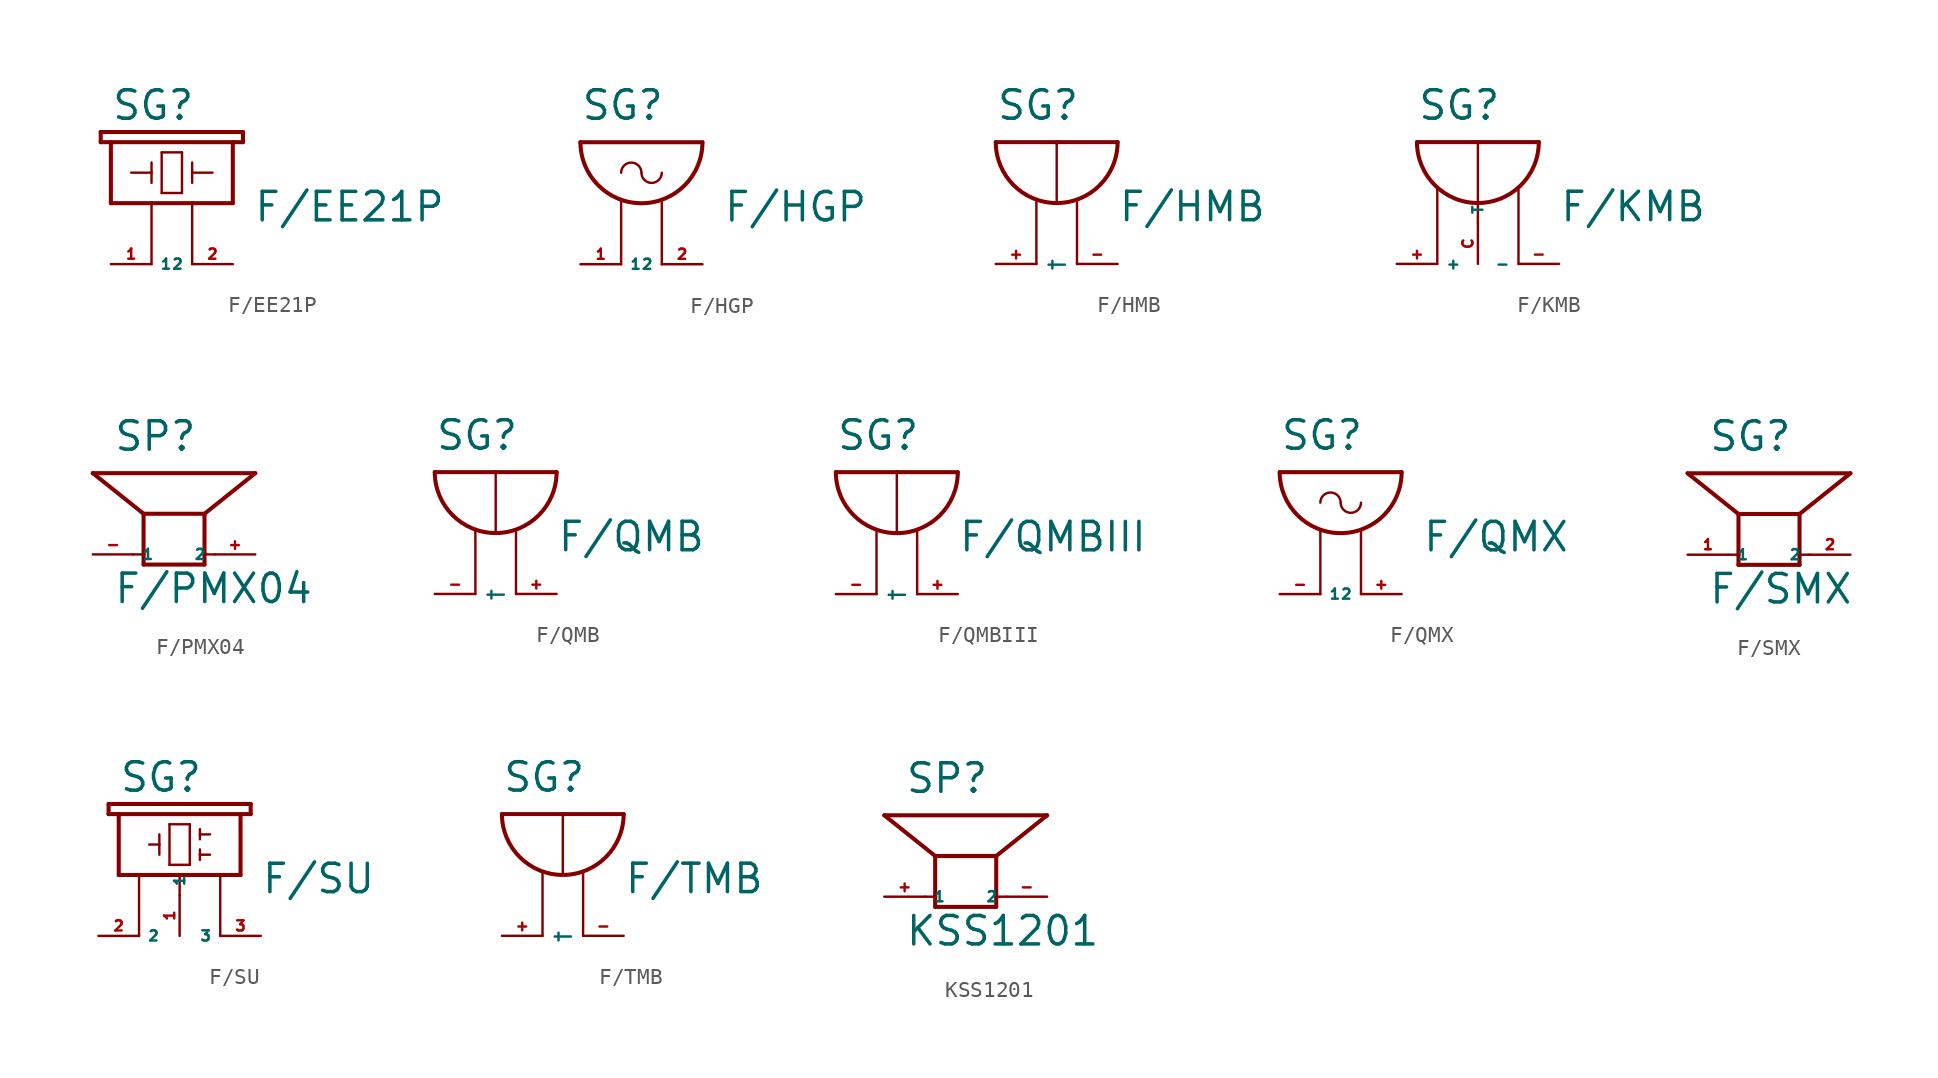
<source format=kicad_sym>
(kicad_symbol_lib
  (version 20220914)
  (generator Eagle2Kicad)
  (symbol "F/EE21P"
    (property "Reference" "SG"
      (at -2.54 6.35 0)
      (effects (font (size 1.778 1.778) (thickness 0.22)) (justify left bottom)))
    (property "Value" "F/EE21P"
      (at 6.35 0 0)
      (effects (font (size 1.778 1.778) (thickness 0.22)) (justify left bottom)))
    (polyline
      (pts (xy -1.27 3.175) (xy 0 3.175))
      (stroke (width 0.152) (type default))
      (fill (type none)))
    (polyline
      (pts (xy 0 3.175) (xy 0 3.81))
      (stroke (width 0.152) (type default))
      (fill (type none)))
    (polyline
      (pts (xy 0 3.175) (xy 0 2.54))
      (stroke (width 0.152) (type default))
      (fill (type none)))
    (polyline
      (pts (xy 0.635 4.445) (xy 0.635 1.905))
      (stroke (width 0.152) (type default))
      (fill (type none)))
    (polyline
      (pts (xy 0.635 1.905) (xy 1.905 1.905))
      (stroke (width 0.152) (type default))
      (fill (type none)))
    (polyline
      (pts (xy 1.905 1.905) (xy 1.905 4.445))
      (stroke (width 0.152) (type default))
      (fill (type none)))
    (polyline
      (pts (xy 1.905 4.445) (xy 0.635 4.445))
      (stroke (width 0.152) (type default))
      (fill (type none)))
    (polyline
      (pts (xy 2.54 3.81) (xy 2.54 3.175))
      (stroke (width 0.152) (type default))
      (fill (type none)))
    (polyline
      (pts (xy 2.54 3.175) (xy 3.81 3.175))
      (stroke (width 0.152) (type default))
      (fill (type none)))
    (polyline
      (pts (xy 2.54 3.175) (xy 2.54 2.54))
      (stroke (width 0.152) (type default))
      (fill (type none)))
    (polyline
      (pts (xy 2.54 -2.54) (xy 2.54 1.27))
      (stroke (width 0.152) (type default))
      (fill (type none)))
    (polyline
      (pts (xy 0 -2.54) (xy 0 1.27))
      (stroke (width 0.152) (type default))
      (fill (type none)))
    (polyline
      (pts (xy -2.54 1.27) (xy 0 1.27))
      (stroke (width 0.254) (type default))
      (fill (type none)))
    (polyline
      (pts (xy 5.08 1.27) (xy 5.08 5.08))
      (stroke (width 0.254) (type default))
      (fill (type none)))
    (polyline
      (pts (xy 5.08 5.08) (xy 5.715 5.08))
      (stroke (width 0.254) (type default))
      (fill (type none)))
    (polyline
      (pts (xy 5.715 5.08) (xy 5.715 5.715))
      (stroke (width 0.254) (type default))
      (fill (type none)))
    (polyline
      (pts (xy 5.715 5.715) (xy -3.175 5.715))
      (stroke (width 0.254) (type default))
      (fill (type none)))
    (polyline
      (pts (xy -3.175 5.715) (xy -3.175 5.08))
      (stroke (width 0.254) (type default))
      (fill (type none)))
    (polyline
      (pts (xy -3.175 5.08) (xy -2.54 5.08))
      (stroke (width 0.254) (type default))
      (fill (type none)))
    (polyline
      (pts (xy -2.54 5.08) (xy -2.54 1.27))
      (stroke (width 0.254) (type default))
      (fill (type none)))
    (polyline
      (pts (xy -2.54 5.08) (xy 5.08 5.08))
      (stroke (width 0.254) (type default))
      (fill (type none)))
    (polyline
      (pts (xy 2.54 1.27) (xy 5.08 1.27))
      (stroke (width 0.254) (type default))
      (fill (type none)))
    (polyline
      (pts (xy 0 1.27) (xy 2.54 1.27))
      (stroke (width 0.254) (type default))
      (fill (type none)))
    (pin passive line
      (at 5.08 -2.54 180)
      (length 2.54)
      (name "2" (effects (font (size 0.635 0.635) (thickness 0.08)) (justify left bottom)))
      (number "2" (effects (font (size 0.635 0.635) (thickness 0.08)) (justify left bottom))))
    (pin passive line
      (at -2.54 -2.54 0)
      (length 2.54)
      (name "1" (effects (font (size 0.635 0.635) (thickness 0.08)) (justify left bottom)))
      (number "1" (effects (font (size 0.635 0.635) (thickness 0.08)) (justify left bottom)))))
  (symbol "F/HGP"
    (property "Reference" "SG"
      (at -2.54 6.35 0)
      (effects (font (size 1.778 1.778) (thickness 0.22)) (justify left bottom)))
    (property "Value" "F/HGP"
      (at 6.35 0 0)
      (effects (font (size 1.778 1.778) (thickness 0.22)) (justify left bottom)))
    (arc
      (start -2.54 5.08)
      (mid 1.270 1.270)
      (end 5.08 5.08)
      (stroke (width 0.254) (type default))
      (fill (type none)))
    (polyline
      (pts (xy -2.54 5.08) (xy 5.08 5.08))
      (stroke (width 0.254) (type default))
      (fill (type none)))
    (arc
      (start 1.27 3.175)
      (mid 0.635 3.810)
      (end 0 3.175)
      (stroke (width 0.1524) (type default))
      (fill (type none)))
    (arc
      (start 1.27 3.175)
      (mid 1.905 2.540)
      (end 2.54 3.175)
      (stroke (width 0.1524) (type default))
      (fill (type none)))
    (polyline
      (pts (xy 2.54 -2.54) (xy 2.54 1.397))
      (stroke (width 0.152) (type default))
      (fill (type none)))
    (polyline
      (pts (xy 0 -2.54) (xy 0 1.397))
      (stroke (width 0.152) (type default))
      (fill (type none)))
    (pin passive line
      (at 5.08 -2.54 180)
      (length 2.54)
      (name "2" (effects (font (size 0.635 0.635) (thickness 0.08)) (justify left bottom)))
      (number "2" (effects (font (size 0.635 0.635) (thickness 0.08)) (justify left bottom))))
    (pin passive line
      (at -2.54 -2.54 0)
      (length 2.54)
      (name "1" (effects (font (size 0.635 0.635) (thickness 0.08)) (justify left bottom)))
      (number "1" (effects (font (size 0.635 0.635) (thickness 0.08)) (justify left bottom)))))
  (symbol "F/HMB"
    (property "Reference" "SG"
      (at -2.54 6.35 0)
      (effects (font (size 1.778 1.778) (thickness 0.22)) (justify left bottom)))
    (property "Value" "F/HMB"
      (at 5.08 0 0)
      (effects (font (size 1.778 1.778) (thickness 0.22)) (justify left bottom)))
    (arc
      (start -2.54 5.08)
      (mid 1.270 1.270)
      (end 5.08 5.08)
      (stroke (width 0.254) (type default))
      (fill (type none)))
    (polyline
      (pts (xy -2.54 5.08) (xy 1.27 5.08))
      (stroke (width 0.254) (type default))
      (fill (type none)))
    (polyline
      (pts (xy 1.27 1.27) (xy 1.27 5.08))
      (stroke (width 0.152) (type default))
      (fill (type none)))
    (polyline
      (pts (xy 1.27 5.08) (xy 5.08 5.08))
      (stroke (width 0.254) (type default))
      (fill (type none)))
    (polyline
      (pts (xy 2.54 -2.54) (xy 2.54 1.397))
      (stroke (width 0.152) (type default))
      (fill (type none)))
    (polyline
      (pts (xy 0 -2.54) (xy 0 1.397))
      (stroke (width 0.152) (type default))
      (fill (type none)))
    (pin passive line
      (at 5.08 -2.54 180)
      (length 2.54)
      (name "-" (effects (font (size 0.635 0.635) (thickness 0.08)) (justify left bottom)))
      (number "-" (effects (font (size 0.635 0.635) (thickness 0.08)) (justify left bottom))))
    (pin passive line
      (at -2.54 -2.54 0)
      (length 2.54)
      (name "+" (effects (font (size 0.635 0.635) (thickness 0.08)) (justify left bottom)))
      (number "+" (effects (font (size 0.635 0.635) (thickness 0.08)) (justify left bottom)))))
  (symbol "F/KMB"
    (property "Reference" "SG"
      (at -3.81 6.35 0)
      (effects (font (size 1.778 1.778) (thickness 0.22)) (justify left bottom)))
    (property "Value" "F/KMB"
      (at 5.08 0 0)
      (effects (font (size 1.778 1.778) (thickness 0.22)) (justify left bottom)))
    (arc
      (start -3.81 5.08)
      (mid 0.000 1.270)
      (end 3.81 5.08)
      (stroke (width 0.254) (type default))
      (fill (type none)))
    (polyline
      (pts (xy -3.81 5.08) (xy 0 5.08))
      (stroke (width 0.254) (type default))
      (fill (type none)))
    (polyline
      (pts (xy 0 5.08) (xy 3.81 5.08))
      (stroke (width 0.254) (type default))
      (fill (type none)))
    (polyline
      (pts (xy 2.54 -2.54) (xy 2.54 2.159))
      (stroke (width 0.152) (type default))
      (fill (type none)))
    (polyline
      (pts (xy 0 0) (xy 0 5.08))
      (stroke (width 0.152) (type default))
      (fill (type none)))
    (polyline
      (pts (xy -2.54 -2.54) (xy -2.54 2.159))
      (stroke (width 0.152) (type default))
      (fill (type none)))
    (pin passive line
      (at 5.08 -2.54 180)
      (length 2.54)
      (name "-" (effects (font (size 0.635 0.635) (thickness 0.08)) (justify left bottom)))
      (number "-" (effects (font (size 0.635 0.635) (thickness 0.08)) (justify left bottom))))
    (pin passive line
      (at -5.08 -2.54 0)
      (length 2.54)
      (name "+" (effects (font (size 0.635 0.635) (thickness 0.08)) (justify left bottom)))
      (number "+" (effects (font (size 0.635 0.635) (thickness 0.08)) (justify left bottom))))
    (pin passive line
      (at 0 -2.54 90)
      (length 2.54)
      (name "T" (effects (font (size 0.635 0.635) (thickness 0.08)) (justify left bottom)))
      (number "C" (effects (font (size 0.635 0.635) (thickness 0.08)) (justify left bottom)))))
  (symbol "F/PMX04"
    (property "Reference" "SP"
      (at -3.81 6.35 0)
      (effects (font (size 1.778 1.778) (thickness 0.22)) (justify left bottom)))
    (property "Value" "F/PMX04"
      (at -3.81 -3.175 0)
      (effects (font (size 1.778 1.778) (thickness 0.22)) (justify left bottom)))
    (polyline
      (pts (xy -1.905 -0.635) (xy 1.905 -0.635))
      (stroke (width 0.254) (type default))
      (fill (type none)))
    (polyline
      (pts (xy 1.905 -0.635) (xy 1.905 0))
      (stroke (width 0.254) (type default))
      (fill (type none)))
    (polyline
      (pts (xy 1.905 2.54) (xy -1.905 2.54))
      (stroke (width 0.254) (type default))
      (fill (type none)))
    (polyline
      (pts (xy -1.905 -0.635) (xy -1.905 0))
      (stroke (width 0.254) (type default))
      (fill (type none)))
    (polyline
      (pts (xy 1.905 2.54) (xy 5.08 5.08))
      (stroke (width 0.254) (type default))
      (fill (type none)))
    (polyline
      (pts (xy 5.08 5.08) (xy -5.08 5.08))
      (stroke (width 0.254) (type default))
      (fill (type none)))
    (polyline
      (pts (xy -1.905 2.54) (xy -5.08 5.08))
      (stroke (width 0.254) (type default))
      (fill (type none)))
    (polyline
      (pts (xy 2.54 0) (xy 1.905 0))
      (stroke (width 0.152) (type default))
      (fill (type none)))
    (polyline
      (pts (xy 1.905 0) (xy 1.905 2.54))
      (stroke (width 0.254) (type default))
      (fill (type none)))
    (polyline
      (pts (xy -2.54 0) (xy -1.905 0))
      (stroke (width 0.152) (type default))
      (fill (type none)))
    (polyline
      (pts (xy -1.905 0) (xy -1.905 2.54))
      (stroke (width 0.254) (type default))
      (fill (type none)))
    (pin passive line
      (at 5.08 0 180)
      (length 2.54)
      (name "2" (effects (font (size 0.635 0.635) (thickness 0.08)) (justify left bottom)))
      (number "+" (effects (font (size 0.635 0.635) (thickness 0.08)) (justify left bottom))))
    (pin passive line
      (at -5.08 0 0)
      (length 2.54)
      (name "1" (effects (font (size 0.635 0.635) (thickness 0.08)) (justify left bottom)))
      (number "-" (effects (font (size 0.635 0.635) (thickness 0.08)) (justify left bottom)))))
  (symbol "F/QMB"
    (property "Reference" "SG"
      (at -2.54 6.35 0)
      (effects (font (size 1.778 1.778) (thickness 0.22)) (justify left bottom)))
    (property "Value" "F/QMB"
      (at 5.08 0 0)
      (effects (font (size 1.778 1.778) (thickness 0.22)) (justify left bottom)))
    (arc
      (start -2.54 5.08)
      (mid 1.270 1.270)
      (end 5.08 5.08)
      (stroke (width 0.254) (type default))
      (fill (type none)))
    (polyline
      (pts (xy -2.54 5.08) (xy 1.27 5.08))
      (stroke (width 0.254) (type default))
      (fill (type none)))
    (polyline
      (pts (xy 1.27 1.27) (xy 1.27 5.08))
      (stroke (width 0.152) (type default))
      (fill (type none)))
    (polyline
      (pts (xy 1.27 5.08) (xy 5.08 5.08))
      (stroke (width 0.254) (type default))
      (fill (type none)))
    (polyline
      (pts (xy 2.54 -2.54) (xy 2.54 1.397))
      (stroke (width 0.152) (type default))
      (fill (type none)))
    (polyline
      (pts (xy 0 -2.54) (xy 0 1.397))
      (stroke (width 0.152) (type default))
      (fill (type none)))
    (pin passive line
      (at 5.08 -2.54 180)
      (length 2.54)
      (name "-" (effects (font (size 0.635 0.635) (thickness 0.08)) (justify left bottom)))
      (number "+" (effects (font (size 0.635 0.635) (thickness 0.08)) (justify left bottom))))
    (pin passive line
      (at -2.54 -2.54 0)
      (length 2.54)
      (name "+" (effects (font (size 0.635 0.635) (thickness 0.08)) (justify left bottom)))
      (number "-" (effects (font (size 0.635 0.635) (thickness 0.08)) (justify left bottom)))))
  (symbol "F/QMBIII"
    (property "Reference" "SG"
      (at -2.54 6.35 0)
      (effects (font (size 1.778 1.778) (thickness 0.22)) (justify left bottom)))
    (property "Value" "F/QMBIII"
      (at 5.08 0 0)
      (effects (font (size 1.778 1.778) (thickness 0.22)) (justify left bottom)))
    (arc
      (start -2.54 5.08)
      (mid 1.270 1.270)
      (end 5.08 5.08)
      (stroke (width 0.254) (type default))
      (fill (type none)))
    (polyline
      (pts (xy -2.54 5.08) (xy 1.27 5.08))
      (stroke (width 0.254) (type default))
      (fill (type none)))
    (polyline
      (pts (xy 1.27 1.27) (xy 1.27 5.08))
      (stroke (width 0.152) (type default))
      (fill (type none)))
    (polyline
      (pts (xy 1.27 5.08) (xy 5.08 5.08))
      (stroke (width 0.254) (type default))
      (fill (type none)))
    (polyline
      (pts (xy 2.54 -2.54) (xy 2.54 1.397))
      (stroke (width 0.152) (type default))
      (fill (type none)))
    (polyline
      (pts (xy 0 -2.54) (xy 0 1.397))
      (stroke (width 0.152) (type default))
      (fill (type none)))
    (pin passive line
      (at 5.08 -2.54 180)
      (length 2.54)
      (name "-" (effects (font (size 0.635 0.635) (thickness 0.08)) (justify left bottom)))
      (number "+" (effects (font (size 0.635 0.635) (thickness 0.08)) (justify left bottom))))
    (pin passive line
      (at -2.54 -2.54 0)
      (length 2.54)
      (name "+" (effects (font (size 0.635 0.635) (thickness 0.08)) (justify left bottom)))
      (number "-" (effects (font (size 0.635 0.635) (thickness 0.08)) (justify left bottom)))))
  (symbol "F/QMX"
    (property "Reference" "SG"
      (at -2.54 6.35 0)
      (effects (font (size 1.778 1.778) (thickness 0.22)) (justify left bottom)))
    (property "Value" "F/QMX"
      (at 6.35 0 0)
      (effects (font (size 1.778 1.778) (thickness 0.22)) (justify left bottom)))
    (arc
      (start -2.54 5.08)
      (mid 1.270 1.270)
      (end 5.08 5.08)
      (stroke (width 0.254) (type default))
      (fill (type none)))
    (polyline
      (pts (xy -2.54 5.08) (xy 5.08 5.08))
      (stroke (width 0.254) (type default))
      (fill (type none)))
    (arc
      (start 1.27 3.175)
      (mid 0.635 3.810)
      (end 0 3.175)
      (stroke (width 0.1524) (type default))
      (fill (type none)))
    (arc
      (start 1.27 3.175)
      (mid 1.905 2.540)
      (end 2.54 3.175)
      (stroke (width 0.1524) (type default))
      (fill (type none)))
    (polyline
      (pts (xy 2.54 -2.54) (xy 2.54 1.397))
      (stroke (width 0.152) (type default))
      (fill (type none)))
    (polyline
      (pts (xy 0 -2.54) (xy 0 1.397))
      (stroke (width 0.152) (type default))
      (fill (type none)))
    (pin passive line
      (at 5.08 -2.54 180)
      (length 2.54)
      (name "2" (effects (font (size 0.635 0.635) (thickness 0.08)) (justify left bottom)))
      (number "+" (effects (font (size 0.635 0.635) (thickness 0.08)) (justify left bottom))))
    (pin passive line
      (at -2.54 -2.54 0)
      (length 2.54)
      (name "1" (effects (font (size 0.635 0.635) (thickness 0.08)) (justify left bottom)))
      (number "-" (effects (font (size 0.635 0.635) (thickness 0.08)) (justify left bottom)))))
  (symbol "F/SMX"
    (property "Reference" "SG"
      (at -3.81 6.35 0)
      (effects (font (size 1.778 1.778) (thickness 0.22)) (justify left bottom)))
    (property "Value" "F/SMX"
      (at -3.81 -3.175 0)
      (effects (font (size 1.778 1.778) (thickness 0.22)) (justify left bottom)))
    (polyline
      (pts (xy -1.905 -0.635) (xy 1.905 -0.635))
      (stroke (width 0.254) (type default))
      (fill (type none)))
    (polyline
      (pts (xy 1.905 -0.635) (xy 1.905 0))
      (stroke (width 0.254) (type default))
      (fill (type none)))
    (polyline
      (pts (xy 1.905 2.54) (xy -1.905 2.54))
      (stroke (width 0.254) (type default))
      (fill (type none)))
    (polyline
      (pts (xy -1.905 -0.635) (xy -1.905 0))
      (stroke (width 0.254) (type default))
      (fill (type none)))
    (polyline
      (pts (xy 1.905 2.54) (xy 5.08 5.08))
      (stroke (width 0.254) (type default))
      (fill (type none)))
    (polyline
      (pts (xy 5.08 5.08) (xy -5.08 5.08))
      (stroke (width 0.254) (type default))
      (fill (type none)))
    (polyline
      (pts (xy -1.905 2.54) (xy -5.08 5.08))
      (stroke (width 0.254) (type default))
      (fill (type none)))
    (polyline
      (pts (xy 2.54 0) (xy 1.905 0))
      (stroke (width 0.152) (type default))
      (fill (type none)))
    (polyline
      (pts (xy 1.905 0) (xy 1.905 2.54))
      (stroke (width 0.254) (type default))
      (fill (type none)))
    (polyline
      (pts (xy -2.54 0) (xy -1.905 0))
      (stroke (width 0.152) (type default))
      (fill (type none)))
    (polyline
      (pts (xy -1.905 0) (xy -1.905 2.54))
      (stroke (width 0.254) (type default))
      (fill (type none)))
    (pin passive line
      (at 5.08 0 180)
      (length 2.54)
      (name "2" (effects (font (size 0.635 0.635) (thickness 0.08)) (justify left bottom)))
      (number "2" (effects (font (size 0.635 0.635) (thickness 0.08)) (justify left bottom))))
    (pin passive line
      (at -5.08 0 0)
      (length 2.54)
      (name "1" (effects (font (size 0.635 0.635) (thickness 0.08)) (justify left bottom)))
      (number "1" (effects (font (size 0.635 0.635) (thickness 0.08)) (justify left bottom)))))
  (symbol "F/SU"
    (property "Reference" "SG"
      (at -3.81 6.35 0)
      (effects (font (size 1.778 1.778) (thickness 0.22)) (justify left bottom)))
    (property "Value" "F/SU"
      (at 5.08 0 0)
      (effects (font (size 1.778 1.778) (thickness 0.22)) (justify left bottom)))
    (polyline
      (pts (xy -1.905 3.175) (xy -1.27 3.175))
      (stroke (width 0.152) (type default))
      (fill (type none)))
    (polyline
      (pts (xy -1.27 3.175) (xy -1.27 2.54))
      (stroke (width 0.152) (type default))
      (fill (type none)))
    (polyline
      (pts (xy -1.27 3.175) (xy -1.27 3.81))
      (stroke (width 0.152) (type default))
      (fill (type none)))
    (polyline
      (pts (xy -0.635 4.445) (xy -0.635 1.905))
      (stroke (width 0.152) (type default))
      (fill (type none)))
    (polyline
      (pts (xy -0.635 1.905) (xy 0.635 1.905))
      (stroke (width 0.152) (type default))
      (fill (type none)))
    (polyline
      (pts (xy 0.635 1.905) (xy 0.635 4.445))
      (stroke (width 0.152) (type default))
      (fill (type none)))
    (polyline
      (pts (xy 0.635 4.445) (xy -0.635 4.445))
      (stroke (width 0.152) (type default))
      (fill (type none)))
    (polyline
      (pts (xy 1.27 2.21) (xy 1.27 2.54))
      (stroke (width 0.152) (type default))
      (fill (type none)))
    (polyline
      (pts (xy 1.27 4.14) (xy 1.27 3.81))
      (stroke (width 0.152) (type default))
      (fill (type none)))
    (polyline
      (pts (xy 1.27 3.81) (xy 1.905 3.81))
      (stroke (width 0.152) (type default))
      (fill (type none)))
    (polyline
      (pts (xy 1.27 3.81) (xy 1.27 3.505))
      (stroke (width 0.152) (type default))
      (fill (type none)))
    (polyline
      (pts (xy 1.27 2.54) (xy 1.905 2.54))
      (stroke (width 0.152) (type default))
      (fill (type none)))
    (polyline
      (pts (xy 1.27 2.54) (xy 1.27 2.87))
      (stroke (width 0.152) (type default))
      (fill (type none)))
    (polyline
      (pts (xy 2.54 1.27) (xy 2.54 -2.54))
      (stroke (width 0.152) (type default))
      (fill (type none)))
    (polyline
      (pts (xy 0 1.27) (xy 0 0))
      (stroke (width 0.152) (type default))
      (fill (type none)))
    (polyline
      (pts (xy -2.54 1.27) (xy -2.54 -2.54))
      (stroke (width 0.152) (type default))
      (fill (type none)))
    (polyline
      (pts (xy -3.81 1.27) (xy 3.81 1.27))
      (stroke (width 0.254) (type default))
      (fill (type none)))
    (polyline
      (pts (xy 3.81 1.27) (xy 3.81 5.08))
      (stroke (width 0.254) (type default))
      (fill (type none)))
    (polyline
      (pts (xy 3.81 5.08) (xy -3.81 5.08))
      (stroke (width 0.254) (type default))
      (fill (type none)))
    (polyline
      (pts (xy -3.81 5.08) (xy -3.81 1.27))
      (stroke (width 0.254) (type default))
      (fill (type none)))
    (polyline
      (pts (xy -3.81 5.08) (xy -4.445 5.08))
      (stroke (width 0.254) (type default))
      (fill (type none)))
    (polyline
      (pts (xy -4.445 5.08) (xy -4.445 5.715))
      (stroke (width 0.254) (type default))
      (fill (type none)))
    (polyline
      (pts (xy -4.445 5.715) (xy 4.445 5.715))
      (stroke (width 0.254) (type default))
      (fill (type none)))
    (polyline
      (pts (xy 4.445 5.715) (xy 4.445 5.08))
      (stroke (width 0.254) (type default))
      (fill (type none)))
    (polyline
      (pts (xy 4.445 5.08) (xy 3.81 5.08))
      (stroke (width 0.254) (type default))
      (fill (type none)))
    (pin passive line
      (at 5.08 -2.54 180)
      (length 2.54)
      (name "3" (effects (font (size 0.635 0.635) (thickness 0.08)) (justify left bottom)))
      (number "3" (effects (font (size 0.635 0.635) (thickness 0.08)) (justify left bottom))))
    (pin passive line
      (at -5.08 -2.54 0)
      (length 2.54)
      (name "2" (effects (font (size 0.635 0.635) (thickness 0.08)) (justify left bottom)))
      (number "2" (effects (font (size 0.635 0.635) (thickness 0.08)) (justify left bottom))))
    (pin passive line
      (at 0 -2.54 90)
      (length 2.54)
      (name "1" (effects (font (size 0.635 0.635) (thickness 0.08)) (justify left bottom)))
      (number "1" (effects (font (size 0.635 0.635) (thickness 0.08)) (justify left bottom)))))
  (symbol "F/TMB"
    (property "Reference" "SG"
      (at -2.54 6.35 0)
      (effects (font (size 1.778 1.778) (thickness 0.22)) (justify left bottom)))
    (property "Value" "F/TMB"
      (at 5.08 0 0)
      (effects (font (size 1.778 1.778) (thickness 0.22)) (justify left bottom)))
    (arc
      (start -2.54 5.08)
      (mid 1.270 1.270)
      (end 5.08 5.08)
      (stroke (width 0.254) (type default))
      (fill (type none)))
    (polyline
      (pts (xy -2.54 5.08) (xy 1.27 5.08))
      (stroke (width 0.254) (type default))
      (fill (type none)))
    (polyline
      (pts (xy 1.27 1.27) (xy 1.27 5.08))
      (stroke (width 0.152) (type default))
      (fill (type none)))
    (polyline
      (pts (xy 1.27 5.08) (xy 5.08 5.08))
      (stroke (width 0.254) (type default))
      (fill (type none)))
    (polyline
      (pts (xy 2.54 -2.54) (xy 2.54 1.397))
      (stroke (width 0.152) (type default))
      (fill (type none)))
    (polyline
      (pts (xy 0 -2.54) (xy 0 1.397))
      (stroke (width 0.152) (type default))
      (fill (type none)))
    (pin passive line
      (at 5.08 -2.54 180)
      (length 2.54)
      (name "-" (effects (font (size 0.635 0.635) (thickness 0.08)) (justify left bottom)))
      (number "-" (effects (font (size 0.635 0.635) (thickness 0.08)) (justify left bottom))))
    (pin passive line
      (at -2.54 -2.54 0)
      (length 2.54)
      (name "+" (effects (font (size 0.635 0.635) (thickness 0.08)) (justify left bottom)))
      (number "+" (effects (font (size 0.635 0.635) (thickness 0.08)) (justify left bottom)))))
  (symbol "KSS1201"
    (property "Reference" "SP"
      (at -3.81 6.35 0)
      (effects (font (size 1.778 1.778) (thickness 0.22)) (justify left bottom)))
    (property "Value" "KSS1201"
      (at -3.81 -3.175 0)
      (effects (font (size 1.778 1.778) (thickness 0.22)) (justify left bottom)))
    (polyline
      (pts (xy -1.905 -0.635) (xy 1.905 -0.635))
      (stroke (width 0.254) (type default))
      (fill (type none)))
    (polyline
      (pts (xy 1.905 -0.635) (xy 1.905 0))
      (stroke (width 0.254) (type default))
      (fill (type none)))
    (polyline
      (pts (xy 1.905 2.54) (xy -1.905 2.54))
      (stroke (width 0.254) (type default))
      (fill (type none)))
    (polyline
      (pts (xy -1.905 -0.635) (xy -1.905 0))
      (stroke (width 0.254) (type default))
      (fill (type none)))
    (polyline
      (pts (xy 1.905 2.54) (xy 5.08 5.08))
      (stroke (width 0.254) (type default))
      (fill (type none)))
    (polyline
      (pts (xy 5.08 5.08) (xy -5.08 5.08))
      (stroke (width 0.254) (type default))
      (fill (type none)))
    (polyline
      (pts (xy -1.905 2.54) (xy -5.08 5.08))
      (stroke (width 0.254) (type default))
      (fill (type none)))
    (polyline
      (pts (xy 2.54 0) (xy 1.905 0))
      (stroke (width 0.152) (type default))
      (fill (type none)))
    (polyline
      (pts (xy 1.905 0) (xy 1.905 2.54))
      (stroke (width 0.254) (type default))
      (fill (type none)))
    (polyline
      (pts (xy -2.54 0) (xy -1.905 0))
      (stroke (width 0.152) (type default))
      (fill (type none)))
    (polyline
      (pts (xy -1.905 0) (xy -1.905 2.54))
      (stroke (width 0.254) (type default))
      (fill (type none)))
    (pin passive line
      (at 5.08 0 180)
      (length 2.54)
      (name "2" (effects (font (size 0.635 0.635) (thickness 0.08)) (justify left bottom)))
      (number "-" (effects (font (size 0.635 0.635) (thickness 0.08)) (justify left bottom))))
    (pin passive line
      (at -5.08 0 0)
      (length 2.54)
      (name "1" (effects (font (size 0.635 0.635) (thickness 0.08)) (justify left bottom)))
      (number "+" (effects (font (size 0.635 0.635) (thickness 0.08)) (justify left bottom))))))
</source>
